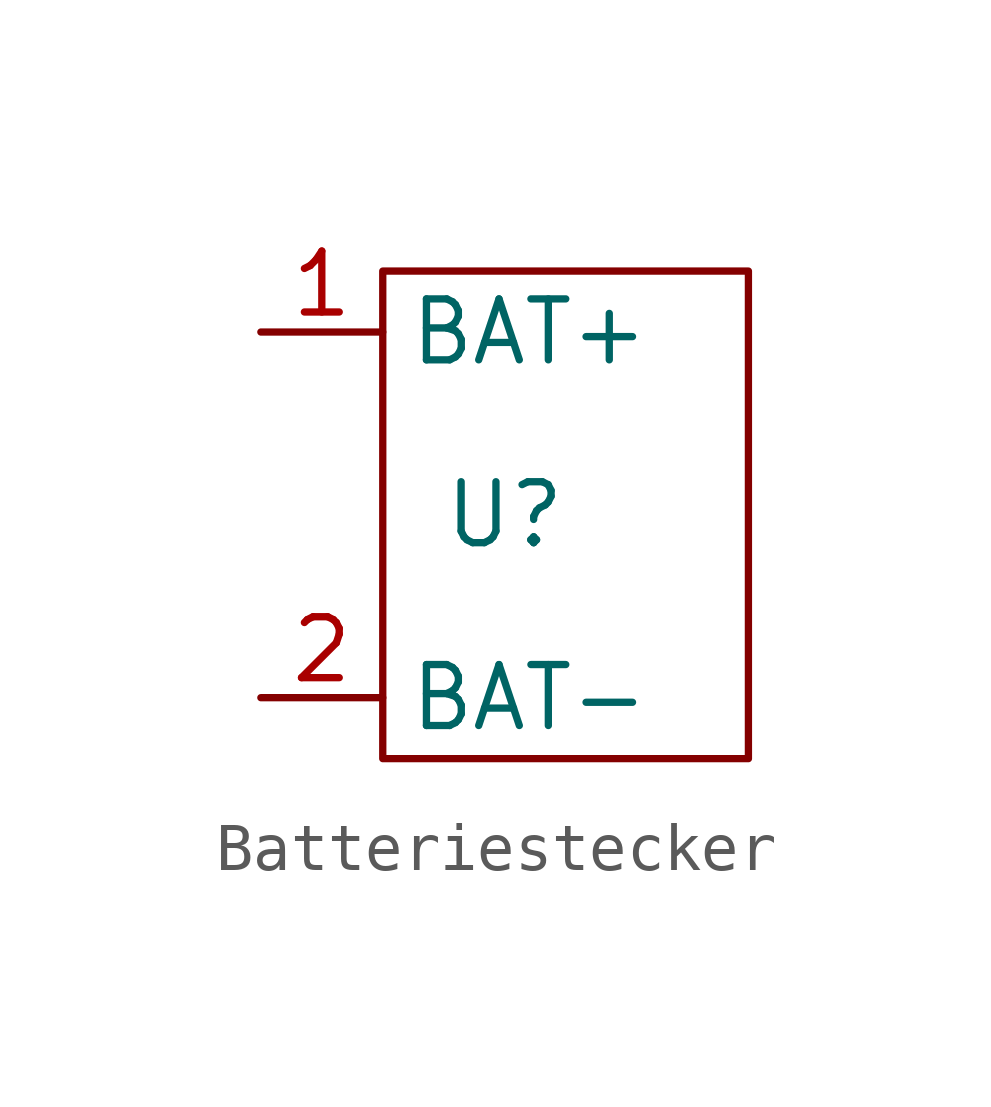
<source format=kicad_sym>
(kicad_symbol_lib
  (version 20231120)
  (generator "kicad_symbol_editor")
  (generator_version "8.0")
  (symbol "Batteriestecker"
    (property "Reference" "U"
      (at 0 0 0)
      (effects (font (size 1.27 1.27))))
    (property "Value" ""
      (at 0 0 0)
      (effects (font (size 1.27 1.27))))
    (symbol "Batteriestecker_0_1"
      (rectangle (start -2.54 5.08) (end 5.08 -5.08) (stroke (width 0) (type default)) (fill (type none))))
    (symbol "Batteriestecker_1_1"
      (pin input line (at -5.08 3.81 0) (length 2.54) (name "BAT+" (effects (font (size 1.27 1.27)))) (number "1" (effects (font (size 1.27 1.27)))))
      (pin input line (at -5.08 -3.81 0) (length 2.54) (name "BAT-" (effects (font (size 1.27 1.27)))) (number "2" (effects (font (size 1.27 1.27))))))))
</source>
